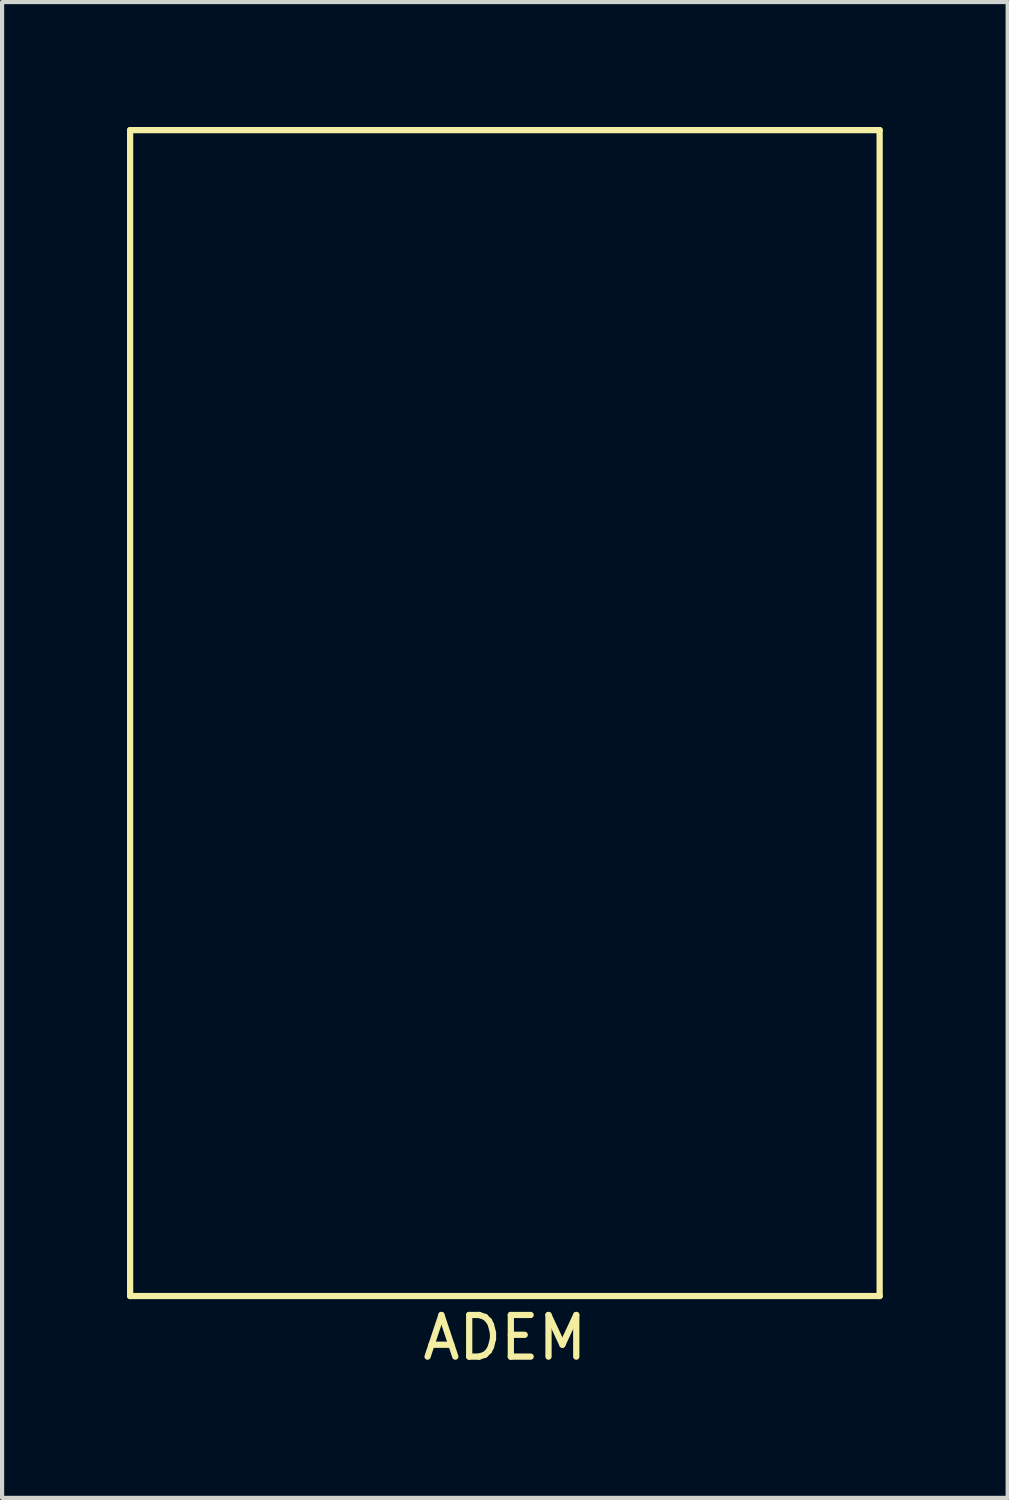
<source format=kicad_pcb>
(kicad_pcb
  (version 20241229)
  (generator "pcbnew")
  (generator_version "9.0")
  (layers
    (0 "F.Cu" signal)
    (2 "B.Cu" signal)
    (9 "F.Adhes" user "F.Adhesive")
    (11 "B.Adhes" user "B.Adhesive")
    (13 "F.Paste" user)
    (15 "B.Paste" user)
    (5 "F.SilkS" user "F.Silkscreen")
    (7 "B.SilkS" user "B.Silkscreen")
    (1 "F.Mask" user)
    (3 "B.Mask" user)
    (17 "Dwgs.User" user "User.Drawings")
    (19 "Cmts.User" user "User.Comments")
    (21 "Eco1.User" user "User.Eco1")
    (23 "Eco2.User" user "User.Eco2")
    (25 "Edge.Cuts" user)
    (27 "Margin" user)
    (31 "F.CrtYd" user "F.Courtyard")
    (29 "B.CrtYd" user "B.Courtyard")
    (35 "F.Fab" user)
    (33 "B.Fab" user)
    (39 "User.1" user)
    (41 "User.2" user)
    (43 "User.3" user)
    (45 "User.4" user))
  (footprint "ADEM"
    (layer "F.Cu")
    (at 9.075 16.075)
    (property "Reference" "ADEM" (at 0 13 0) (layer "F.SilkS") (effects (font (size 1 1) (thickness 0.15))))
    (attr through_hole)
    (fp_line (start -9 -16) (end -9 12) (stroke (width 0.15) (type solid)) (layer "F.SilkS"))
    (fp_line (start -9 12) (end 9 12) (stroke (width 0.15) (type solid)) (layer "F.SilkS"))
    (fp_line (start 9 -16) (end -9 -16) (stroke (width 0.15) (type solid)) (layer "F.SilkS"))
    (fp_line (start 9 12) (end 9 -16) (stroke (width 0.15) (type solid)) (layer "F.SilkS")))
  (gr_rect
    (start -3 -3)
    (end 21.15 32.923)
    (stroke (width 0.1) (type default))
    (fill no)
    (layer "Edge.Cuts")))
</source>
